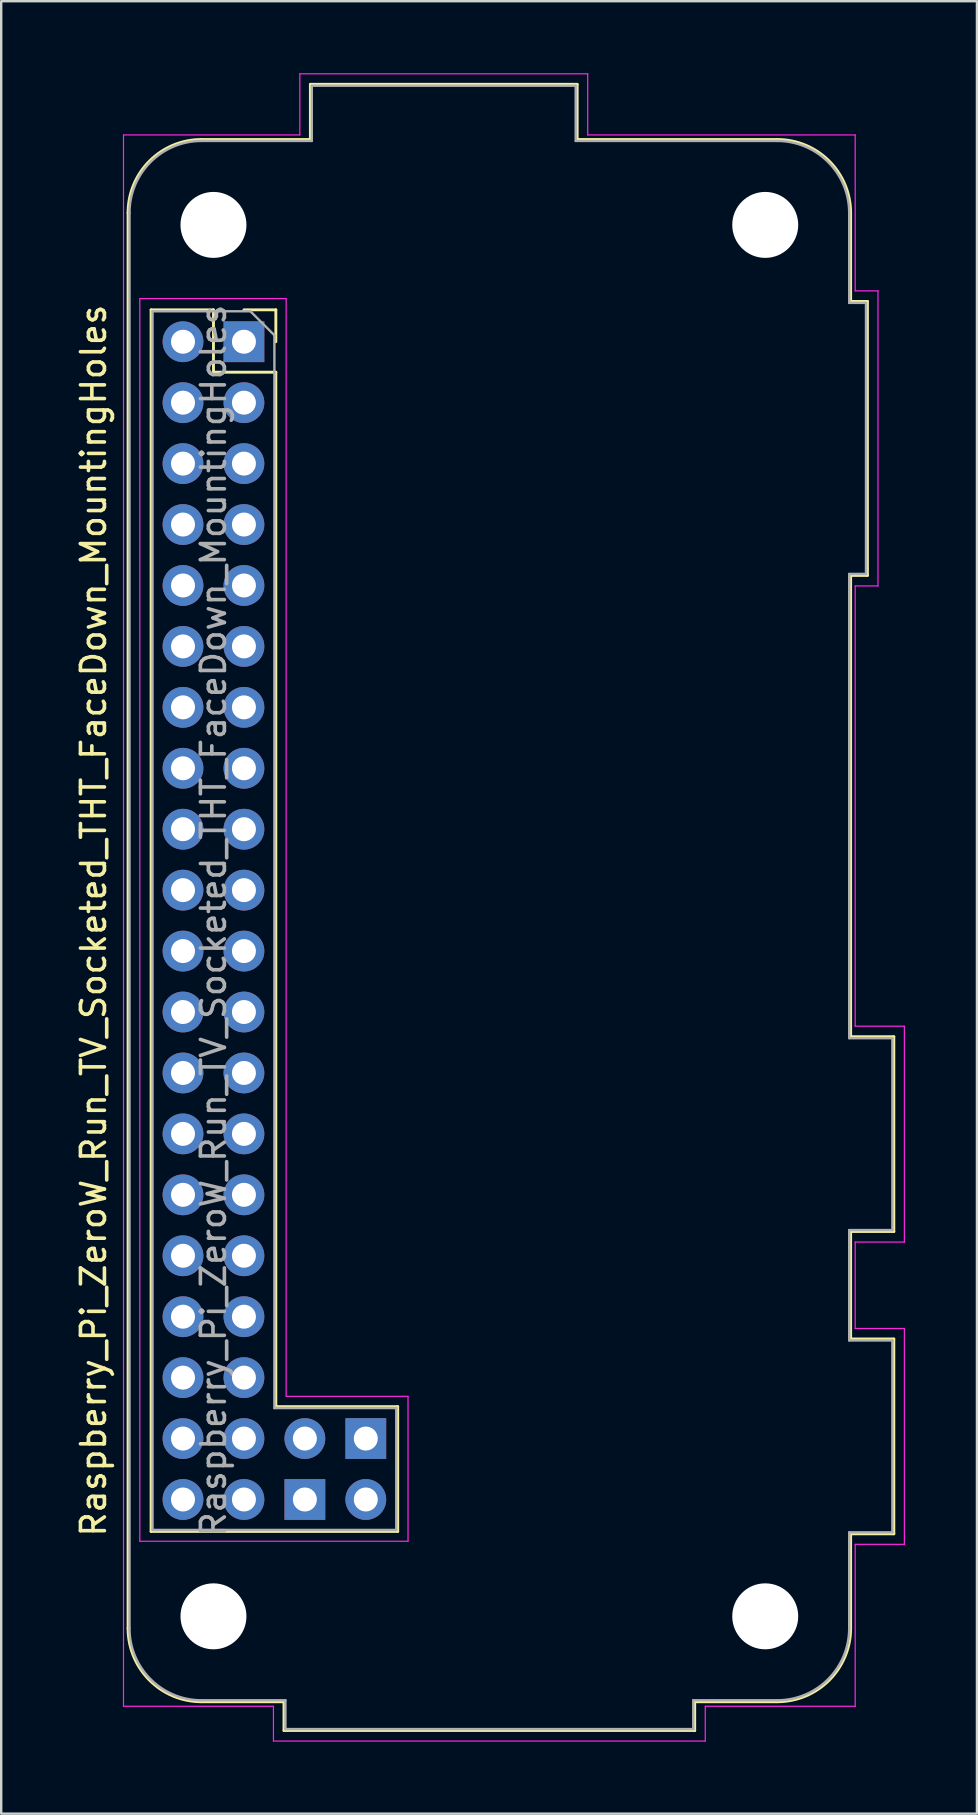
<source format=kicad_pcb>
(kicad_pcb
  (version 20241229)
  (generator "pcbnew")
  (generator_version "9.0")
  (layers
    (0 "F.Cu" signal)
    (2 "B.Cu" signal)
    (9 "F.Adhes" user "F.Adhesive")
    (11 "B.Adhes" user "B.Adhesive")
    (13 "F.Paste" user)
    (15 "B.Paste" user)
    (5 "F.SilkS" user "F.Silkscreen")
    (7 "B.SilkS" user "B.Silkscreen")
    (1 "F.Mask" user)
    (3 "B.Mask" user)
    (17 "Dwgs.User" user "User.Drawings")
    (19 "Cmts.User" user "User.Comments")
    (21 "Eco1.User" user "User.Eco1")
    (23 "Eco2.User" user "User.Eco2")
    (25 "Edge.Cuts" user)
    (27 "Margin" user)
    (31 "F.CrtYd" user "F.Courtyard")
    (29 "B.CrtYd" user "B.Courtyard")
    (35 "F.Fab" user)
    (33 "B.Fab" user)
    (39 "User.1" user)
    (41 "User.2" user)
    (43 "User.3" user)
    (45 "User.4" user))
  (footprint "Raspberry_Pi_ZeroW_Run_TV_Socketed_THT_FaceDown_MountingHoles"
    (layer "F.Cu")
    (at 7.118 11.195)
    (property "Reference" "Raspberry_Pi_ZeroW_Run_TV_Socketed_THT_FaceDown_MountingHoles" (at -6.27 24.13 90) (layer "F.SilkS") (effects (font (size 1 1) (thickness 0.15))))
    (attr through_hole)
    (fp_line (start -4.83 53.63) (end -4.83 -5.37) (stroke (width 0.12) (type solid)) (layer "F.SilkS"))
    (fp_line (start -3.87 -1.33) (end -3.87 49.59) (stroke (width 0.12) (type solid)) (layer "F.SilkS"))
    (fp_line (start -3.87 -1.33) (end -1.27 -1.33) (stroke (width 0.12) (type solid)) (layer "F.SilkS"))
    (fp_line (start -3.87 49.59) (end 6.41 49.59) (stroke (width 0.12) (type solid)) (layer "F.SilkS"))
    (fp_line (start -1.77 -8.43) (end 2.77 -8.43) (stroke (width 0.12) (type solid)) (layer "F.SilkS"))
    (fp_line (start -1.27 -1.33) (end -1.27 1.27) (stroke (width 0.12) (type solid)) (layer "F.SilkS"))
    (fp_line (start -1.27 1.27) (end 1.33 1.27) (stroke (width 0.12) (type solid)) (layer "F.SilkS"))
    (fp_line (start 0 -1.33) (end 1.33 -1.33) (stroke (width 0.12) (type solid)) (layer "F.SilkS"))
    (fp_line (start 1.33 -1.33) (end 1.33 0) (stroke (width 0.12) (type solid)) (layer "F.SilkS"))
    (fp_line (start 1.33 1.27) (end 1.33 44.39) (stroke (width 0.12) (type solid)) (layer "F.SilkS"))
    (fp_line (start 1.67 56.69) (end -1.77 56.69) (stroke (width 0.12) (type solid)) (layer "F.SilkS"))
    (fp_line (start 1.67 56.69) (end 1.67 57.89) (stroke (width 0.12) (type solid)) (layer "F.SilkS"))
    (fp_line (start 1.67 57.89) (end 18.79 57.89) (stroke (width 0.12) (type solid)) (layer "F.SilkS"))
    (fp_line (start 2.77 -8.43) (end 2.77 -10.73) (stroke (width 0.12) (type solid)) (layer "F.SilkS"))
    (fp_line (start 6.41 44.39) (end 1.33 44.39) (stroke (width 0.12) (type solid)) (layer "F.SilkS"))
    (fp_line (start 6.41 49.59) (end 6.41 44.39) (stroke (width 0.12) (type solid)) (layer "F.SilkS"))
    (fp_line (start 13.89 -10.73) (end 2.77 -10.73) (stroke (width 0.12) (type solid)) (layer "F.SilkS"))
    (fp_line (start 13.89 -8.43) (end 13.89 -10.73) (stroke (width 0.12) (type solid)) (layer "F.SilkS"))
    (fp_line (start 18.79 56.69) (end 22.23 56.69) (stroke (width 0.12) (type solid)) (layer "F.SilkS"))
    (fp_line (start 18.79 57.89) (end 18.79 56.69) (stroke (width 0.12) (type solid)) (layer "F.SilkS"))
    (fp_line (start 22.23 -8.43) (end 13.89 -8.43) (stroke (width 0.12) (type solid)) (layer "F.SilkS"))
    (fp_line (start 25.29 -1.68) (end 25.29 -5.37) (stroke (width 0.12) (type solid)) (layer "F.SilkS"))
    (fp_line (start 25.29 9.74) (end 25.99 9.74) (stroke (width 0.12) (type solid)) (layer "F.SilkS"))
    (fp_line (start 25.29 28.97) (end 25.29 9.74) (stroke (width 0.12) (type solid)) (layer "F.SilkS"))
    (fp_line (start 25.29 37.09) (end 27.09 37.09) (stroke (width 0.12) (type solid)) (layer "F.SilkS"))
    (fp_line (start 25.29 41.57) (end 25.29 37.09) (stroke (width 0.12) (type solid)) (layer "F.SilkS"))
    (fp_line (start 25.29 49.69) (end 27.09 49.69) (stroke (width 0.12) (type solid)) (layer "F.SilkS"))
    (fp_line (start 25.29 53.63) (end 25.29 49.69) (stroke (width 0.12) (type solid)) (layer "F.SilkS"))
    (fp_line (start 25.99 -1.68) (end 25.29 -1.68) (stroke (width 0.12) (type solid)) (layer "F.SilkS"))
    (fp_line (start 25.99 9.74) (end 25.99 -1.68) (stroke (width 0.12) (type solid)) (layer "F.SilkS"))
    (fp_line (start 27.09 28.97) (end 25.29 28.97) (stroke (width 0.12) (type solid)) (layer "F.SilkS"))
    (fp_line (start 27.09 37.09) (end 27.09 28.97) (stroke (width 0.12) (type solid)) (layer "F.SilkS"))
    (fp_line (start 27.09 41.57) (end 25.29 41.57) (stroke (width 0.12) (type solid)) (layer "F.SilkS"))
    (fp_line (start 27.09 49.69) (end 27.09 41.57) (stroke (width 0.12) (type solid)) (layer "F.SilkS"))
    (fp_arc (start -4.83 -5.37) (mid -3.933747 -7.533747) (end -1.77 -8.43) (stroke (width 0.12) (type solid)) (layer "F.SilkS"))
    (fp_arc (start -1.77 56.69) (mid -3.933747 55.793747) (end -4.83 53.63) (stroke (width 0.12) (type solid)) (layer "F.SilkS"))
    (fp_arc (start 22.23 -8.43) (mid 24.393747 -7.533747) (end 25.29 -5.37) (stroke (width 0.12) (type solid)) (layer "F.SilkS"))
    (fp_arc (start 25.29 53.63) (mid 24.393747 55.793747) (end 22.23 56.69) (stroke (width 0.12) (type solid)) (layer "F.SilkS"))
    (fp_line (start -5.02 -8.62) (end 2.33 -8.62) (stroke (width 0.05) (type solid)) (layer "F.CrtYd"))
    (fp_line (start -5.02 56.88) (end -5.02 -8.62) (stroke (width 0.05) (type solid)) (layer "F.CrtYd"))
    (fp_line (start -5.02 56.88) (end 1.23 56.88) (stroke (width 0.05) (type solid)) (layer "F.CrtYd"))
    (fp_line (start -4.34 -1.8) (end 1.76 -1.8) (stroke (width 0.05) (type solid)) (layer "F.CrtYd"))
    (fp_line (start -4.34 50) (end -4.34 -1.8) (stroke (width 0.05) (type solid)) (layer "F.CrtYd"))
    (fp_line (start 1.23 58.33) (end 1.23 56.88) (stroke (width 0.05) (type solid)) (layer "F.CrtYd"))
    (fp_line (start 1.76 -1.8) (end 1.76 43.96) (stroke (width 0.05) (type solid)) (layer "F.CrtYd"))
    (fp_line (start 1.76 43.96) (end 6.84 43.96) (stroke (width 0.05) (type solid)) (layer "F.CrtYd"))
    (fp_line (start 2.33 -8.62) (end 2.33 -11.17) (stroke (width 0.05) (type solid)) (layer "F.CrtYd"))
    (fp_line (start 6.84 43.96) (end 6.84 50) (stroke (width 0.05) (type solid)) (layer "F.CrtYd"))
    (fp_line (start 6.84 50) (end -4.34 50) (stroke (width 0.05) (type solid)) (layer "F.CrtYd"))
    (fp_line (start 14.33 -11.17) (end 2.33 -11.17) (stroke (width 0.05) (type solid)) (layer "F.CrtYd"))
    (fp_line (start 14.33 -8.62) (end 14.33 -11.17) (stroke (width 0.05) (type solid)) (layer "F.CrtYd"))
    (fp_line (start 19.23 56.88) (end 25.48 56.88) (stroke (width 0.05) (type solid)) (layer "F.CrtYd"))
    (fp_line (start 19.23 58.33) (end 1.23 58.33) (stroke (width 0.05) (type solid)) (layer "F.CrtYd"))
    (fp_line (start 19.23 58.33) (end 19.23 56.88) (stroke (width 0.05) (type solid)) (layer "F.CrtYd"))
    (fp_line (start 25.48 -8.62) (end 14.33 -8.62) (stroke (width 0.05) (type solid)) (layer "F.CrtYd"))
    (fp_line (start 25.48 -2.12) (end 25.48 -8.62) (stroke (width 0.05) (type solid)) (layer "F.CrtYd"))
    (fp_line (start 25.48 28.53) (end 25.48 10.18) (stroke (width 0.05) (type solid)) (layer "F.CrtYd"))
    (fp_line (start 25.48 37.53) (end 25.48 41.13) (stroke (width 0.05) (type solid)) (layer "F.CrtYd"))
    (fp_line (start 25.48 50.13) (end 25.48 56.88) (stroke (width 0.05) (type solid)) (layer "F.CrtYd"))
    (fp_line (start 26.43 -2.12) (end 25.48 -2.12) (stroke (width 0.05) (type solid)) (layer "F.CrtYd"))
    (fp_line (start 26.43 -2.12) (end 26.43 10.18) (stroke (width 0.05) (type solid)) (layer "F.CrtYd"))
    (fp_line (start 26.43 10.18) (end 25.48 10.18) (stroke (width 0.05) (type solid)) (layer "F.CrtYd"))
    (fp_line (start 27.53 28.53) (end 25.48 28.53) (stroke (width 0.05) (type solid)) (layer "F.CrtYd"))
    (fp_line (start 27.53 37.53) (end 25.48 37.53) (stroke (width 0.05) (type solid)) (layer "F.CrtYd"))
    (fp_line (start 27.53 37.53) (end 27.53 28.53) (stroke (width 0.05) (type solid)) (layer "F.CrtYd"))
    (fp_line (start 27.53 41.13) (end 25.48 41.13) (stroke (width 0.05) (type solid)) (layer "F.CrtYd"))
    (fp_line (start 27.53 50.13) (end 25.48 50.13) (stroke (width 0.05) (type solid)) (layer "F.CrtYd"))
    (fp_line (start 27.53 50.13) (end 27.53 41.13) (stroke (width 0.05) (type solid)) (layer "F.CrtYd"))
    (fp_line (start -4.77 53.63) (end -4.77 -5.37) (stroke (width 0.1) (type solid)) (layer "F.Fab"))
    (fp_line (start -3.81 -1.27) (end 0.27 -1.27) (stroke (width 0.1) (type solid)) (layer "F.Fab"))
    (fp_line (start -3.81 49.53) (end -3.81 -1.27) (stroke (width 0.1) (type solid)) (layer "F.Fab"))
    (fp_line (start -1.77 -8.37) (end 2.83 -8.37) (stroke (width 0.1) (type solid)) (layer "F.Fab"))
    (fp_line (start -1.77 56.63) (end 1.73 56.63) (stroke (width 0.1) (type solid)) (layer "F.Fab"))
    (fp_line (start 0.27 -1.27) (end 1.27 -0.27) (stroke (width 0.1) (type solid)) (layer "F.Fab"))
    (fp_line (start 1.27 -0.27) (end 1.27 44.45) (stroke (width 0.1) (type solid)) (layer "F.Fab"))
    (fp_line (start 1.27 44.45) (end 6.35 44.45) (stroke (width 0.1) (type solid)) (layer "F.Fab"))
    (fp_line (start 1.73 56.63) (end 1.73 57.83) (stroke (width 0.1) (type solid)) (layer "F.Fab"))
    (fp_line (start 1.73 57.83) (end 18.73 57.83) (stroke (width 0.1) (type solid)) (layer "F.Fab"))
    (fp_line (start 2.83 -8.37) (end 2.83 -10.67) (stroke (width 0.1) (type solid)) (layer "F.Fab"))
    (fp_line (start 6.35 44.45) (end 6.35 49.53) (stroke (width 0.1) (type solid)) (layer "F.Fab"))
    (fp_line (start 6.35 49.53) (end -3.81 49.53) (stroke (width 0.1) (type solid)) (layer "F.Fab"))
    (fp_line (start 13.83 -10.67) (end 2.83 -10.67) (stroke (width 0.1) (type solid)) (layer "F.Fab"))
    (fp_line (start 13.83 -10.67) (end 13.83 -8.37) (stroke (width 0.1) (type solid)) (layer "F.Fab"))
    (fp_line (start 13.83 -8.37) (end 22.23 -8.37) (stroke (width 0.1) (type solid)) (layer "F.Fab"))
    (fp_line (start 18.73 56.63) (end 18.73 57.83) (stroke (width 0.1) (type solid)) (layer "F.Fab"))
    (fp_line (start 22.23 56.63) (end 18.73 56.63) (stroke (width 0.1) (type solid)) (layer "F.Fab"))
    (fp_line (start 25.23 -1.62) (end 25.23 -5.37) (stroke (width 0.1) (type solid)) (layer "F.Fab"))
    (fp_line (start 25.23 -1.62) (end 25.93 -1.62) (stroke (width 0.1) (type solid)) (layer "F.Fab"))
    (fp_line (start 25.23 9.68) (end 25.93 9.68) (stroke (width 0.1) (type solid)) (layer "F.Fab"))
    (fp_line (start 25.23 29.03) (end 25.23 9.68) (stroke (width 0.1) (type solid)) (layer "F.Fab"))
    (fp_line (start 25.23 37.03) (end 27.03 37.03) (stroke (width 0.1) (type solid)) (layer "F.Fab"))
    (fp_line (start 25.23 41.63) (end 25.23 37.03) (stroke (width 0.1) (type solid)) (layer "F.Fab"))
    (fp_line (start 25.23 49.63) (end 25.23 53.63) (stroke (width 0.1) (type solid)) (layer "F.Fab"))
    (fp_line (start 25.23 49.63) (end 27.03 49.63) (stroke (width 0.1) (type solid)) (layer "F.Fab"))
    (fp_line (start 25.93 9.68) (end 25.93 -1.62) (stroke (width 0.1) (type solid)) (layer "F.Fab"))
    (fp_line (start 27.03 29.03) (end 25.23 29.03) (stroke (width 0.1) (type solid)) (layer "F.Fab"))
    (fp_line (start 27.03 37.03) (end 27.03 29.03) (stroke (width 0.1) (type solid)) (layer "F.Fab"))
    (fp_line (start 27.03 41.63) (end 25.23 41.63) (stroke (width 0.1) (type solid)) (layer "F.Fab"))
    (fp_line (start 27.03 49.63) (end 27.03 41.63) (stroke (width 0.1) (type solid)) (layer "F.Fab"))
    (fp_arc (start -4.77 -5.37) (mid -3.89132 -7.49132) (end -1.77 -8.37) (stroke (width 0.1) (type solid)) (layer "F.Fab"))
    (fp_arc (start -1.77 56.63) (mid -3.89132 55.75132) (end -4.77 53.63) (stroke (width 0.1) (type solid)) (layer "F.Fab"))
    (fp_arc (start 22.23 -8.37) (mid 24.35132 -7.49132) (end 25.23 -5.37) (stroke (width 0.1) (type solid)) (layer "F.Fab"))
    (fp_arc (start 25.23 53.63) (mid 24.35132 55.75132) (end 22.23 56.63) (stroke (width 0.1) (type solid)) (layer "F.Fab"))
    (fp_text user "${REFERENCE}" (at -1.27 24.13 90) (layer "F.Fab") (effects (font (size 1 1) (thickness 0.15))))
    (pad "" np_thru_hole circle (at -1.27 -4.87 90) (size 2.75 2.75) (drill 2.75) (layers "*.Cu" "*.Mask"))
    (pad "" np_thru_hole circle (at -1.27 53.13 90) (size 2.75 2.75) (drill 2.75) (layers "*.Cu" "*.Mask"))
    (pad "" np_thru_hole circle (at 21.73 -4.87 90) (size 2.75 2.75) (drill 2.75) (layers "*.Cu" "*.Mask"))
    (pad "" np_thru_hole circle (at 21.73 53.13 90) (size 2.75 2.75) (drill 2.75) (layers "*.Cu" "*.Mask"))
    (pad "1" thru_hole rect (at 0 0) (size 1.7 1.7) (drill 1) (layers "*.Cu" "*.Mask"))
    (pad "2" thru_hole oval (at -2.54 0) (size 1.7 1.7) (drill 1) (layers "*.Cu" "*.Mask"))
    (pad "3" thru_hole oval (at 0 2.54) (size 1.7 1.7) (drill 1) (layers "*.Cu" "*.Mask"))
    (pad "4" thru_hole oval (at -2.54 2.54) (size 1.7 1.7) (drill 1) (layers "*.Cu" "*.Mask"))
    (pad "5" thru_hole oval (at 0 5.08) (size 1.7 1.7) (drill 1) (layers "*.Cu" "*.Mask"))
    (pad "6" thru_hole oval (at -2.54 5.08) (size 1.7 1.7) (drill 1) (layers "*.Cu" "*.Mask"))
    (pad "7" thru_hole oval (at 0 7.62) (size 1.7 1.7) (drill 1) (layers "*.Cu" "*.Mask"))
    (pad "8" thru_hole oval (at -2.54 7.62) (size 1.7 1.7) (drill 1) (layers "*.Cu" "*.Mask"))
    (pad "9" thru_hole oval (at 0 10.16) (size 1.7 1.7) (drill 1) (layers "*.Cu" "*.Mask"))
    (pad "10" thru_hole oval (at -2.54 10.16) (size 1.7 1.7) (drill 1) (layers "*.Cu" "*.Mask"))
    (pad "11" thru_hole oval (at 0 12.7) (size 1.7 1.7) (drill 1) (layers "*.Cu" "*.Mask"))
    (pad "12" thru_hole oval (at -2.54 12.7) (size 1.7 1.7) (drill 1) (layers "*.Cu" "*.Mask"))
    (pad "13" thru_hole oval (at 0 15.24) (size 1.7 1.7) (drill 1) (layers "*.Cu" "*.Mask"))
    (pad "14" thru_hole oval (at -2.54 15.24) (size 1.7 1.7) (drill 1) (layers "*.Cu" "*.Mask"))
    (pad "15" thru_hole oval (at 0 17.78) (size 1.7 1.7) (drill 1) (layers "*.Cu" "*.Mask"))
    (pad "16" thru_hole oval (at -2.54 17.78) (size 1.7 1.7) (drill 1) (layers "*.Cu" "*.Mask"))
    (pad "17" thru_hole oval (at 0 20.32) (size 1.7 1.7) (drill 1) (layers "*.Cu" "*.Mask"))
    (pad "18" thru_hole oval (at -2.54 20.32) (size 1.7 1.7) (drill 1) (layers "*.Cu" "*.Mask"))
    (pad "19" thru_hole oval (at 0 22.86) (size 1.7 1.7) (drill 1) (layers "*.Cu" "*.Mask"))
    (pad "20" thru_hole oval (at -2.54 22.86) (size 1.7 1.7) (drill 1) (layers "*.Cu" "*.Mask"))
    (pad "21" thru_hole oval (at 0 25.4) (size 1.7 1.7) (drill 1) (layers "*.Cu" "*.Mask"))
    (pad "22" thru_hole oval (at -2.54 25.4) (size 1.7 1.7) (drill 1) (layers "*.Cu" "*.Mask"))
    (pad "23" thru_hole oval (at 0 27.94) (size 1.7 1.7) (drill 1) (layers "*.Cu" "*.Mask"))
    (pad "24" thru_hole oval (at -2.54 27.94) (size 1.7 1.7) (drill 1) (layers "*.Cu" "*.Mask"))
    (pad "25" thru_hole oval (at 0 30.48) (size 1.7 1.7) (drill 1) (layers "*.Cu" "*.Mask"))
    (pad "26" thru_hole oval (at -2.54 30.48) (size 1.7 1.7) (drill 1) (layers "*.Cu" "*.Mask"))
    (pad "27" thru_hole oval (at 0 33.02) (size 1.7 1.7) (drill 1) (layers "*.Cu" "*.Mask"))
    (pad "28" thru_hole oval (at -2.54 33.02) (size 1.7 1.7) (drill 1) (layers "*.Cu" "*.Mask"))
    (pad "29" thru_hole oval (at 0 35.56) (size 1.7 1.7) (drill 1) (layers "*.Cu" "*.Mask"))
    (pad "30" thru_hole oval (at -2.54 35.56) (size 1.7 1.7) (drill 1) (layers "*.Cu" "*.Mask"))
    (pad "31" thru_hole oval (at 0 38.1) (size 1.7 1.7) (drill 1) (layers "*.Cu" "*.Mask"))
    (pad "32" thru_hole oval (at -2.54 38.1) (size 1.7 1.7) (drill 1) (layers "*.Cu" "*.Mask"))
    (pad "33" thru_hole oval (at 0 40.64) (size 1.7 1.7) (drill 1) (layers "*.Cu" "*.Mask"))
    (pad "34" thru_hole oval (at -2.54 40.64) (size 1.7 1.7) (drill 1) (layers "*.Cu" "*.Mask"))
    (pad "35" thru_hole oval (at 0 43.18) (size 1.7 1.7) (drill 1) (layers "*.Cu" "*.Mask"))
    (pad "36" thru_hole oval (at -2.54 43.18) (size 1.7 1.7) (drill 1) (layers "*.Cu" "*.Mask"))
    (pad "37" thru_hole oval (at 0 45.72) (size 1.7 1.7) (drill 1) (layers "*.Cu" "*.Mask"))
    (pad "38" thru_hole oval (at -2.54 45.72) (size 1.7 1.7) (drill 1) (layers "*.Cu" "*.Mask"))
    (pad "39" thru_hole oval (at 0 48.26) (size 1.7 1.7) (drill 1) (layers "*.Cu" "*.Mask"))
    (pad "40" thru_hole oval (at -2.54 48.26) (size 1.7 1.7) (drill 1) (layers "*.Cu" "*.Mask"))
    (pad "41" thru_hole rect (at 2.54 48.26 180) (size 1.7 1.7) (drill 1) (layers "*.Cu" "*.Mask"))
    (pad "42" thru_hole oval (at 2.54 45.72 180) (size 1.7 1.7) (drill 1) (layers "*.Cu" "*.Mask"))
    (pad "43" thru_hole rect (at 5.08 45.72 180) (size 1.7 1.7) (drill 1) (layers "*.Cu" "*.Mask"))
    (pad "44" thru_hole oval (at 5.08 48.26 180) (size 1.7 1.7) (drill 1) (layers "*.Cu" "*.Mask")))
  (gr_rect
    (start -3 -3)
    (end 37.673 72.55)
    (stroke (width 0.1) (type default))
    (fill no)
    (layer "Edge.Cuts")))
</source>
